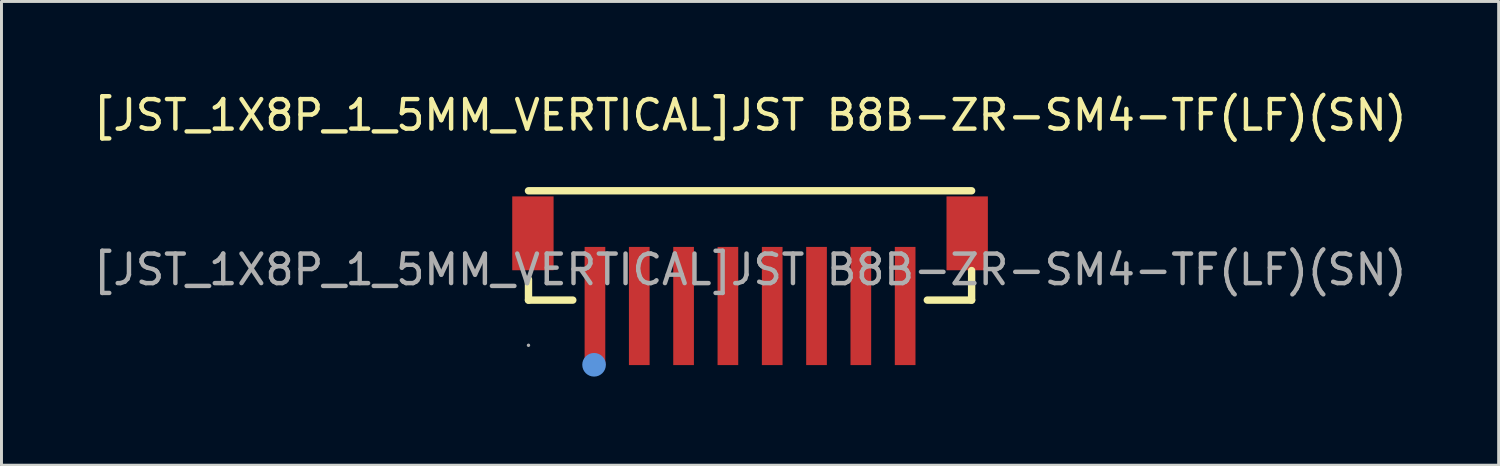
<source format=kicad_pcb>
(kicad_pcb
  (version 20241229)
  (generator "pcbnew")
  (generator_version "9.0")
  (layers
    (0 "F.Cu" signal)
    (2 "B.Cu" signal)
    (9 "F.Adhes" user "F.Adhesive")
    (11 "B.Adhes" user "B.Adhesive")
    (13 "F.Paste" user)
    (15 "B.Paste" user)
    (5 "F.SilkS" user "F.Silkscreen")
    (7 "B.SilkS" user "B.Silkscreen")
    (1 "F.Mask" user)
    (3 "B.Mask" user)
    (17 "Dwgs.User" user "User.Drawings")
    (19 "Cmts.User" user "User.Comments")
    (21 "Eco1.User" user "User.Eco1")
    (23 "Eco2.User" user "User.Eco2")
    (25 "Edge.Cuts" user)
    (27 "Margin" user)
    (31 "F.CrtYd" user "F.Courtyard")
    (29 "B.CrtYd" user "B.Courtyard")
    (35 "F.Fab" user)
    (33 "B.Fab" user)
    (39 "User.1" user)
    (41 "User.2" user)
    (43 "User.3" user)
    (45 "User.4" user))
  (footprint "[JST_1X8P_1_5MM_VERTICAL]JST B8B-ZR-SM4-TF(LF)(SN)"
    (layer "F.Cu")
    (at 22.339 6.078)
    (property "Reference" "[JST_1X8P_1_5MM_VERTICAL]JST B8B-ZR-SM4-TF(LF)(SN)" (at 0 -5.23 0) (layer "F.SilkS") (effects (font (size 1 1) (thickness 0.15))))
    (attr smd)
    (fp_line (start -7.5 -2.67) (end 7.5 -2.67) (stroke (width 0.25) (type solid)) (layer "F.SilkS"))
    (fp_line (start -7.5 1.03) (end -7.5 0.33) (stroke (width 0.25) (type solid)) (layer "F.SilkS"))
    (fp_line (start -6 1.03) (end -7.5 1.03) (stroke (width 0.25) (type solid)) (layer "F.SilkS"))
    (fp_line (start 7.5 0.03) (end 7.5 1.03) (stroke (width 0.25) (type solid)) (layer "F.SilkS"))
    (fp_line (start 7.5 1.03) (end 6 1.03) (stroke (width 0.25) (type solid)) (layer "F.SilkS"))
    (fp_circle (center -5.28 3.22) (end -5.08 3.22) (stroke (width 0.4) (type solid)) (fill no) (layer "Cmts.User"))
    (fp_circle (center -7.5 2.56) (end -7.47 2.56) (stroke (width 0.06) (type solid)) (fill no) (layer "F.Fab"))
    (fp_text user "${REFERENCE}" (at 0 0 0) (layer "F.Fab") (effects (font (size 1 1) (thickness 0.15))))
    (pad "1" smd rect (at -5.25 1.23 90) (size 4 0.7) (layers "F.Cu" "F.Mask" "F.Paste"))
    (pad "2" smd rect (at -3.75 1.23 90) (size 4 0.7) (layers "F.Cu" "F.Mask" "F.Paste"))
    (pad "3" smd rect (at -2.25 1.23 90) (size 4 0.7) (layers "F.Cu" "F.Mask" "F.Paste"))
    (pad "4" smd rect (at -0.75 1.23 90) (size 4 0.7) (layers "F.Cu" "F.Mask" "F.Paste"))
    (pad "5" smd rect (at 0.75 1.23 90) (size 4 0.7) (layers "F.Cu" "F.Mask" "F.Paste"))
    (pad "6" smd rect (at 2.25 1.23 90) (size 4 0.7) (layers "F.Cu" "F.Mask" "F.Paste"))
    (pad "7" smd rect (at 3.75 1.23 90) (size 4 0.7) (layers "F.Cu" "F.Mask" "F.Paste"))
    (pad "8" smd rect (at 5.25 1.23 90) (size 4 0.7) (layers "F.Cu" "F.Mask" "F.Paste"))
    (pad "9" smd rect (at 7.35 -1.23 90) (size 2.5 1.4) (layers "F.Cu" "F.Mask" "F.Paste"))
    (pad "10" smd rect (at -7.35 -1.23 90) (size 2.5 1.4) (layers "F.Cu" "F.Mask" "F.Paste")))
  (gr_rect
    (start -3 -3)
    (end 47.679 12.698)
    (stroke (width 0.1) (type default))
    (fill no)
    (layer "Edge.Cuts")))
</source>
